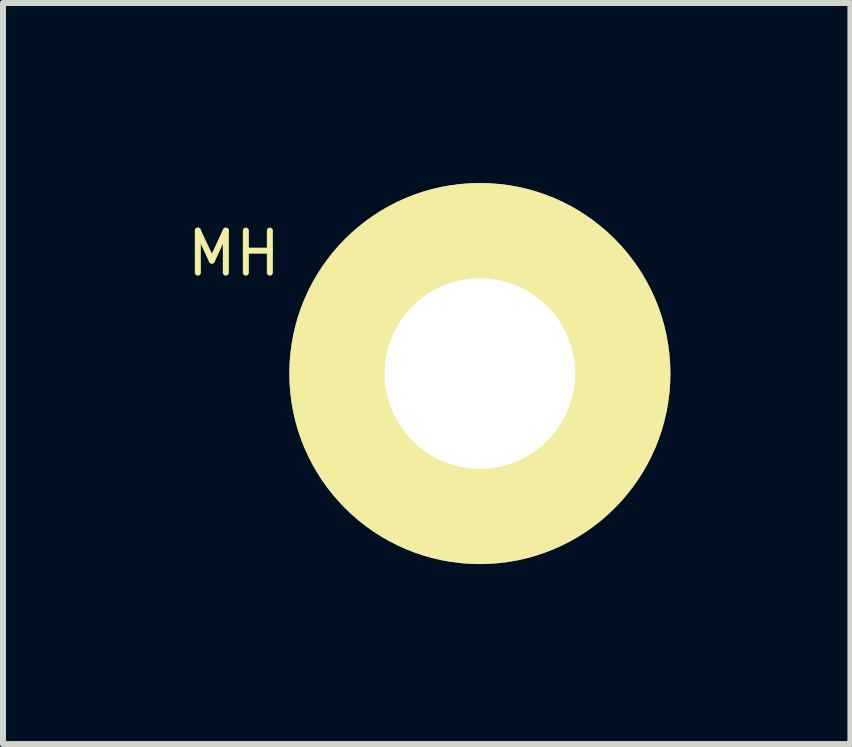
<source format=kicad_pcb>
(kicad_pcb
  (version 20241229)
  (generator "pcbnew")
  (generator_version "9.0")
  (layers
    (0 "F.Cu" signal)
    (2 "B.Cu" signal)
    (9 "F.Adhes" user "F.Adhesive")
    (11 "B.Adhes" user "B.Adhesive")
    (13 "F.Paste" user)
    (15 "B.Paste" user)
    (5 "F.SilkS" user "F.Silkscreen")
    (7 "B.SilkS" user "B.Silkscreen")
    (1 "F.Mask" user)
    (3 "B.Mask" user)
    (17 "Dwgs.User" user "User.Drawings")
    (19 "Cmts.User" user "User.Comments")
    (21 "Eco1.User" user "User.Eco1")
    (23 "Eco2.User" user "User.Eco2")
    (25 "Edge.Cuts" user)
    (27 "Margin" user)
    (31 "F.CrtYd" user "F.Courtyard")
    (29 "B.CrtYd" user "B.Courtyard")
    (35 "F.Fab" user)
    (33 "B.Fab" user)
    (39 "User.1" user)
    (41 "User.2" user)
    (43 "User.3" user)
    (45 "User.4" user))
  (footprint "MH"
    (layer "F.Cu")
    (at 4.947 3.175)
    (property "Reference" "MH" (at -4.1 -2 0) (layer "F.SilkS") (effects (font (size 0.7 0.7) (thickness 0.1))))
    (attr through_hole)
    (pad "" np_thru_hole circle (at 0 0) (size 6.35 6.35) (drill 3.175) (layers "*.Cu" "*.Mask" "F.SilkS")))
  (gr_rect
    (start -3 -3)
    (end 11.122 9.35)
    (stroke (width 0.1) (type default))
    (fill no)
    (layer "Edge.Cuts")))
</source>
